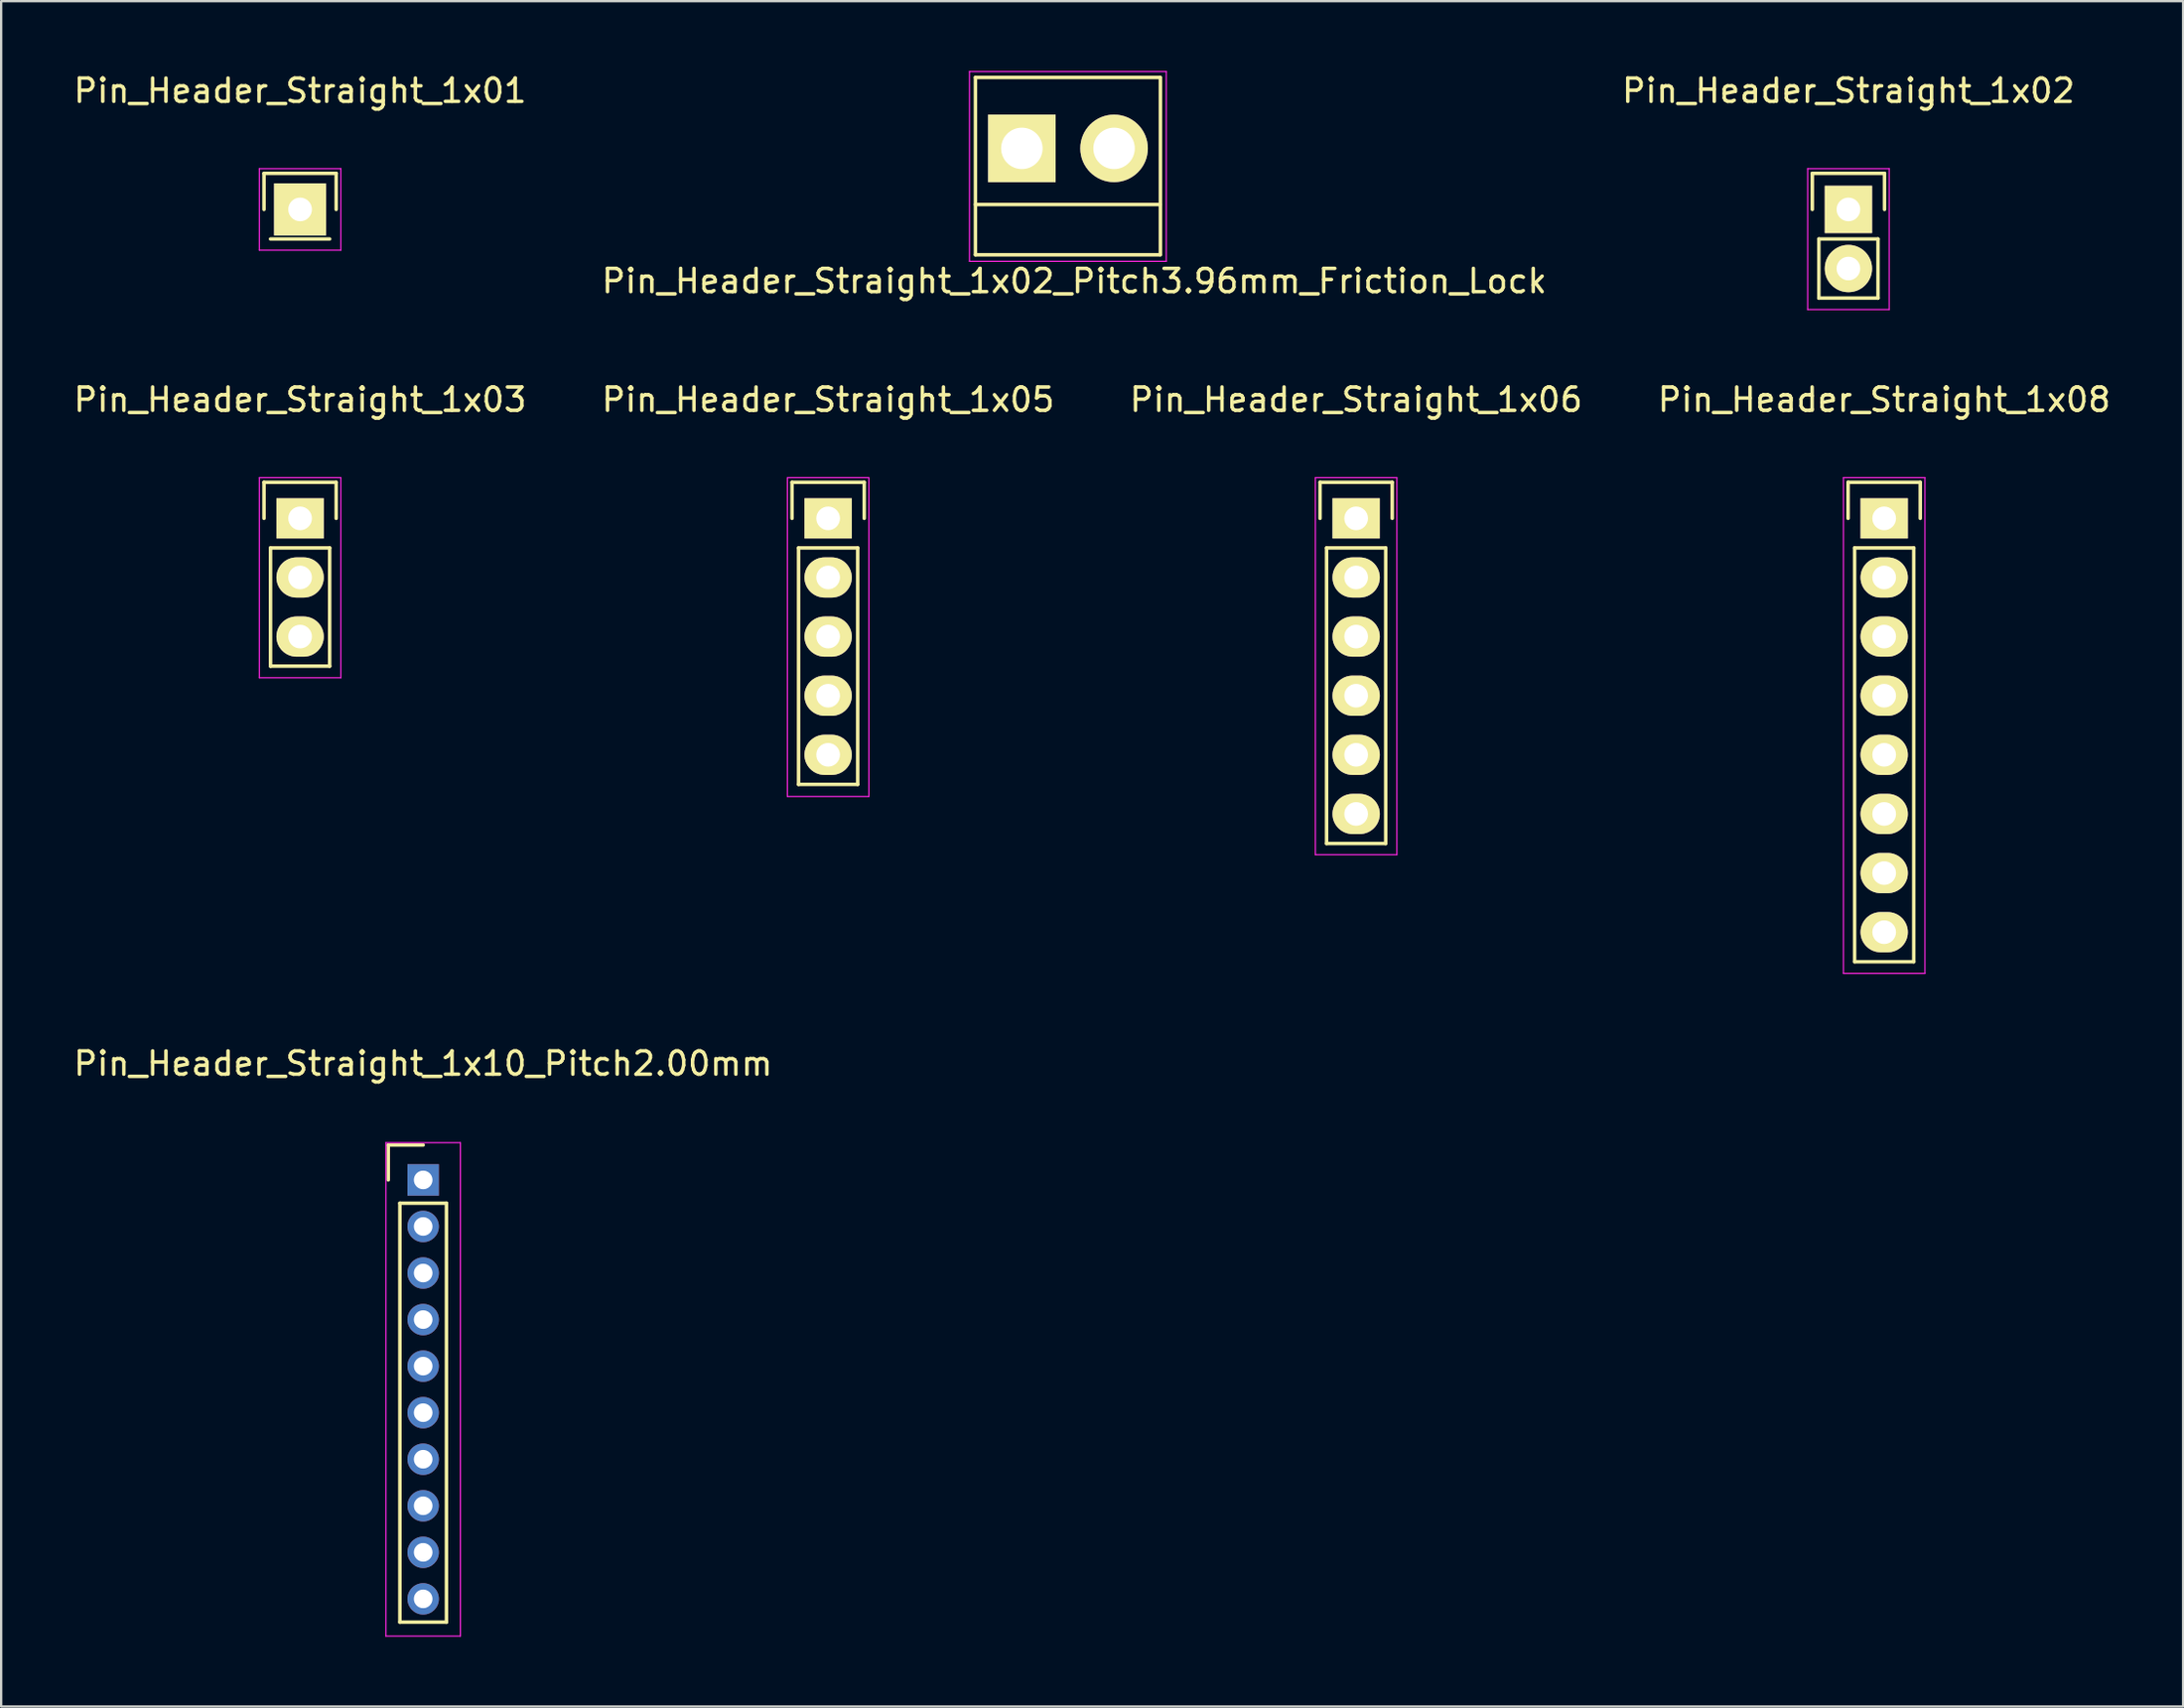
<source format=kicad_pcb>
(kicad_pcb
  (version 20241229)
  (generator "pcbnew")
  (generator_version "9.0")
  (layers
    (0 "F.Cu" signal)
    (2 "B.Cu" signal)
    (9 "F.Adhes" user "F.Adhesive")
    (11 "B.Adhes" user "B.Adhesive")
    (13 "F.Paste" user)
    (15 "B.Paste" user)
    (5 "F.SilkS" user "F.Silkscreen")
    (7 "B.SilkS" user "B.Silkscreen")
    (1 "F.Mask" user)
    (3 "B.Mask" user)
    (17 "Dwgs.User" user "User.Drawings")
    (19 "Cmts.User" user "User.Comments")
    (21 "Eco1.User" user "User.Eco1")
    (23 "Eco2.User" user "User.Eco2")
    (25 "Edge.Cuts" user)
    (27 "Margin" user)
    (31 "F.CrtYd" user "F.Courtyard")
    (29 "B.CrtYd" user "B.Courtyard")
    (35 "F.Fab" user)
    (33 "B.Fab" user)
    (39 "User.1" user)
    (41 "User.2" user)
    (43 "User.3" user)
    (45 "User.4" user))
  (footprint "Pin_Header_Straight_1x05"
    (layer "F.Cu")
    (at 32.518 19.221)
    (property "Reference" "Pin_Header_Straight_1x05" (at 0 -5.1 0) (layer "F.SilkS") (effects (font (size 1 1) (thickness 0.15))))
    (attr through_hole)
    (fp_line (start -1.55 -1.55) (end 1.55 -1.55) (stroke (width 0.15) (type solid)) (layer "F.SilkS"))
    (fp_line (start -1.55 0) (end -1.55 -1.55) (stroke (width 0.15) (type solid)) (layer "F.SilkS"))
    (fp_line (start -1.27 11.43) (end -1.27 1.27) (stroke (width 0.15) (type solid)) (layer "F.SilkS"))
    (fp_line (start 1.27 1.27) (end -1.27 1.27) (stroke (width 0.15) (type solid)) (layer "F.SilkS"))
    (fp_line (start 1.27 1.27) (end 1.27 11.43) (stroke (width 0.15) (type solid)) (layer "F.SilkS"))
    (fp_line (start 1.27 11.43) (end -1.27 11.43) (stroke (width 0.15) (type solid)) (layer "F.SilkS"))
    (fp_line (start 1.55 -1.55) (end 1.55 0) (stroke (width 0.15) (type solid)) (layer "F.SilkS"))
    (fp_line (start -1.75 -1.75) (end -1.75 11.95) (stroke (width 0.05) (type solid)) (layer "F.CrtYd"))
    (fp_line (start -1.75 -1.75) (end 1.75 -1.75) (stroke (width 0.05) (type solid)) (layer "F.CrtYd"))
    (fp_line (start -1.75 11.95) (end 1.75 11.95) (stroke (width 0.05) (type solid)) (layer "F.CrtYd"))
    (fp_line (start 1.75 -1.75) (end 1.75 11.95) (stroke (width 0.05) (type solid)) (layer "F.CrtYd"))
    (pad "1" thru_hole rect (at 0 0) (size 2.032 1.727) (drill 1.016) (layers "*.Cu" "*.Mask" "F.SilkS"))
    (pad "2" thru_hole oval (at 0 2.54) (size 2.032 1.727) (drill 1.016) (layers "*.Cu" "*.Mask" "F.SilkS"))
    (pad "3" thru_hole oval (at 0 5.08) (size 2.032 1.727) (drill 1.016) (layers "*.Cu" "*.Mask" "F.SilkS"))
    (pad "4" thru_hole oval (at 0 7.62) (size 2.032 1.727) (drill 1.016) (layers "*.Cu" "*.Mask" "F.SilkS"))
    (pad "5" thru_hole oval (at 0 10.16) (size 2.032 1.727) (drill 1.016) (layers "*.Cu" "*.Mask" "F.SilkS")))
  (footprint "Pin_Header_Straight_1x06"
    (layer "F.Cu")
    (at 55.196 19.221)
    (property "Reference" "Pin_Header_Straight_1x06" (at 0 -5.1 0) (layer "F.SilkS") (effects (font (size 1 1) (thickness 0.15))))
    (attr through_hole)
    (fp_line (start -1.55 -1.55) (end 1.55 -1.55) (stroke (width 0.15) (type solid)) (layer "F.SilkS"))
    (fp_line (start -1.55 0) (end -1.55 -1.55) (stroke (width 0.15) (type solid)) (layer "F.SilkS"))
    (fp_line (start -1.27 13.97) (end -1.27 1.27) (stroke (width 0.15) (type solid)) (layer "F.SilkS"))
    (fp_line (start 1.27 1.27) (end -1.27 1.27) (stroke (width 0.15) (type solid)) (layer "F.SilkS"))
    (fp_line (start 1.27 1.27) (end 1.27 13.97) (stroke (width 0.15) (type solid)) (layer "F.SilkS"))
    (fp_line (start 1.27 13.97) (end -1.27 13.97) (stroke (width 0.15) (type solid)) (layer "F.SilkS"))
    (fp_line (start 1.55 -1.55) (end 1.55 0) (stroke (width 0.15) (type solid)) (layer "F.SilkS"))
    (fp_line (start -1.75 -1.75) (end -1.75 14.45) (stroke (width 0.05) (type solid)) (layer "F.CrtYd"))
    (fp_line (start -1.75 -1.75) (end 1.75 -1.75) (stroke (width 0.05) (type solid)) (layer "F.CrtYd"))
    (fp_line (start -1.75 14.45) (end 1.75 14.45) (stroke (width 0.05) (type solid)) (layer "F.CrtYd"))
    (fp_line (start 1.75 -1.75) (end 1.75 14.45) (stroke (width 0.05) (type solid)) (layer "F.CrtYd"))
    (pad "1" thru_hole rect (at 0 0) (size 2.032 1.727) (drill 1.016) (layers "*.Cu" "*.Mask" "F.SilkS"))
    (pad "2" thru_hole oval (at 0 2.54) (size 2.032 1.727) (drill 1.016) (layers "*.Cu" "*.Mask" "F.SilkS"))
    (pad "3" thru_hole oval (at 0 5.08) (size 2.032 1.727) (drill 1.016) (layers "*.Cu" "*.Mask" "F.SilkS"))
    (pad "4" thru_hole oval (at 0 7.62) (size 2.032 1.727) (drill 1.016) (layers "*.Cu" "*.Mask" "F.SilkS"))
    (pad "5" thru_hole oval (at 0 10.16) (size 2.032 1.727) (drill 1.016) (layers "*.Cu" "*.Mask" "F.SilkS"))
    (pad "6" thru_hole oval (at 0 12.7) (size 2.032 1.727) (drill 1.016) (layers "*.Cu" "*.Mask" "F.SilkS")))
  (footprint "Pin_Header_Straight_1x01"
    (layer "F.Cu")
    (at 9.839 5.948)
    (property "Reference" "Pin_Header_Straight_1x01" (at 0 -5.1 0) (layer "F.SilkS") (effects (font (size 1 1) (thickness 0.15))))
    (attr through_hole)
    (fp_line (start -1.55 -1.55) (end 1.55 -1.55) (stroke (width 0.15) (type solid)) (layer "F.SilkS"))
    (fp_line (start -1.55 0) (end -1.55 -1.55) (stroke (width 0.15) (type solid)) (layer "F.SilkS"))
    (fp_line (start -1.27 1.27) (end 1.27 1.27) (stroke (width 0.15) (type solid)) (layer "F.SilkS"))
    (fp_line (start 1.55 -1.55) (end 1.55 0) (stroke (width 0.15) (type solid)) (layer "F.SilkS"))
    (fp_line (start -1.75 -1.75) (end -1.75 1.75) (stroke (width 0.05) (type solid)) (layer "F.CrtYd"))
    (fp_line (start -1.75 -1.75) (end 1.75 -1.75) (stroke (width 0.05) (type solid)) (layer "F.CrtYd"))
    (fp_line (start -1.75 1.75) (end 1.75 1.75) (stroke (width 0.05) (type solid)) (layer "F.CrtYd"))
    (fp_line (start 1.75 -1.75) (end 1.75 1.75) (stroke (width 0.05) (type solid)) (layer "F.CrtYd"))
    (pad "1" thru_hole rect (at 0 0) (size 2.235 2.235) (drill 1.016) (layers "*.Cu" "*.Mask" "F.SilkS")))
  (footprint "Pin_Header_Straight_1x08"
    (layer "F.Cu")
    (at 77.875 19.221)
    (property "Reference" "Pin_Header_Straight_1x08" (at 0 -5.1 0) (layer "F.SilkS") (effects (font (size 1 1) (thickness 0.15))))
    (attr through_hole)
    (fp_line (start -1.55 -1.55) (end 1.55 -1.55) (stroke (width 0.15) (type solid)) (layer "F.SilkS"))
    (fp_line (start -1.55 0) (end -1.55 -1.55) (stroke (width 0.15) (type solid)) (layer "F.SilkS"))
    (fp_line (start -1.27 19.05) (end -1.27 1.27) (stroke (width 0.15) (type solid)) (layer "F.SilkS"))
    (fp_line (start 1.27 1.27) (end -1.27 1.27) (stroke (width 0.15) (type solid)) (layer "F.SilkS"))
    (fp_line (start 1.27 1.27) (end 1.27 19.05) (stroke (width 0.15) (type solid)) (layer "F.SilkS"))
    (fp_line (start 1.27 19.05) (end -1.27 19.05) (stroke (width 0.15) (type solid)) (layer "F.SilkS"))
    (fp_line (start 1.55 -1.55) (end 1.55 0) (stroke (width 0.15) (type solid)) (layer "F.SilkS"))
    (fp_line (start -1.75 -1.75) (end -1.75 19.55) (stroke (width 0.05) (type solid)) (layer "F.CrtYd"))
    (fp_line (start -1.75 -1.75) (end 1.75 -1.75) (stroke (width 0.05) (type solid)) (layer "F.CrtYd"))
    (fp_line (start -1.75 19.55) (end 1.75 19.55) (stroke (width 0.05) (type solid)) (layer "F.CrtYd"))
    (fp_line (start 1.75 -1.75) (end 1.75 19.55) (stroke (width 0.05) (type solid)) (layer "F.CrtYd"))
    (pad "1" thru_hole rect (at 0 0) (size 2.032 1.727) (drill 1.016) (layers "*.Cu" "*.Mask" "F.SilkS"))
    (pad "2" thru_hole oval (at 0 2.54) (size 2.032 1.727) (drill 1.016) (layers "*.Cu" "*.Mask" "F.SilkS"))
    (pad "3" thru_hole oval (at 0 5.08) (size 2.032 1.727) (drill 1.016) (layers "*.Cu" "*.Mask" "F.SilkS"))
    (pad "4" thru_hole oval (at 0 7.62) (size 2.032 1.727) (drill 1.016) (layers "*.Cu" "*.Mask" "F.SilkS"))
    (pad "5" thru_hole oval (at 0 10.16) (size 2.032 1.727) (drill 1.016) (layers "*.Cu" "*.Mask" "F.SilkS"))
    (pad "6" thru_hole oval (at 0 12.7) (size 2.032 1.727) (drill 1.016) (layers "*.Cu" "*.Mask" "F.SilkS"))
    (pad "7" thru_hole oval (at 0 15.24) (size 2.032 1.727) (drill 1.016) (layers "*.Cu" "*.Mask" "F.SilkS"))
    (pad "8" thru_hole oval (at 0 17.78) (size 2.032 1.727) (drill 1.016) (layers "*.Cu" "*.Mask" "F.SilkS")))
  (footprint "Pin_Header_Straight_1x02_Pitch3.96mm_Friction_Lock"
    (layer "F.Cu")
    (at 40.839 3.325)
    (property "Reference" "Pin_Header_Straight_1x02_Pitch3.96mm_Friction_Lock" (at 2.25 5.7 0) (layer "F.SilkS") (effects (font (size 1 1) (thickness 0.15))))
    (attr through_hole)
    (fp_line (start -1.994 -3.048) (end -1.994 4.572) (stroke (width 0.15) (type solid)) (layer "F.SilkS"))
    (fp_line (start -1.994 -3.048) (end 5.931 -3.048) (stroke (width 0.15) (type solid)) (layer "F.SilkS"))
    (fp_line (start -1.994 2.413) (end 5.931 2.413) (stroke (width 0.15) (type solid)) (layer "F.SilkS"))
    (fp_line (start -1.994 4.572) (end 5.931 4.572) (stroke (width 0.15) (type solid)) (layer "F.SilkS"))
    (fp_line (start 5.95 -3.048) (end 5.95 4.572) (stroke (width 0.15) (type solid)) (layer "F.SilkS"))
    (fp_line (start -2.25 -3.3) (end 6.2 -3.3) (stroke (width 0.05) (type solid)) (layer "F.CrtYd"))
    (fp_line (start -2.25 4.85) (end -2.25 -3.3) (stroke (width 0.05) (type solid)) (layer "F.CrtYd"))
    (fp_line (start 6.2 -3.3) (end 6.2 4.85) (stroke (width 0.05) (type solid)) (layer "F.CrtYd"))
    (fp_line (start 6.2 4.85) (end -2.25 4.85) (stroke (width 0.05) (type solid)) (layer "F.CrtYd"))
    (pad "1" thru_hole rect (at 0 0) (size 2.9 2.9) (drill 1.78) (layers "*.Cu" "*.Mask" "F.SilkS"))
    (pad "2" thru_hole circle (at 3.96 0) (size 2.9 2.9) (drill 1.78) (layers "*.Cu" "*.Mask" "F.SilkS")))
  (footprint "Pin_Header_Straight_1x03"
    (layer "F.Cu")
    (at 9.839 19.221)
    (property "Reference" "Pin_Header_Straight_1x03" (at 0 -5.1 0) (layer "F.SilkS") (effects (font (size 1 1) (thickness 0.15))))
    (attr through_hole)
    (fp_line (start -1.55 -1.55) (end 1.55 -1.55) (stroke (width 0.15) (type solid)) (layer "F.SilkS"))
    (fp_line (start -1.55 0) (end -1.55 -1.55) (stroke (width 0.15) (type solid)) (layer "F.SilkS"))
    (fp_line (start -1.27 1.27) (end -1.27 6.35) (stroke (width 0.15) (type solid)) (layer "F.SilkS"))
    (fp_line (start -1.27 6.35) (end 1.27 6.35) (stroke (width 0.15) (type solid)) (layer "F.SilkS"))
    (fp_line (start 1.27 1.27) (end -1.27 1.27) (stroke (width 0.15) (type solid)) (layer "F.SilkS"))
    (fp_line (start 1.27 6.35) (end 1.27 1.27) (stroke (width 0.15) (type solid)) (layer "F.SilkS"))
    (fp_line (start 1.55 -1.55) (end 1.55 0) (stroke (width 0.15) (type solid)) (layer "F.SilkS"))
    (fp_line (start -1.75 -1.75) (end -1.75 6.85) (stroke (width 0.05) (type solid)) (layer "F.CrtYd"))
    (fp_line (start -1.75 -1.75) (end 1.75 -1.75) (stroke (width 0.05) (type solid)) (layer "F.CrtYd"))
    (fp_line (start -1.75 6.85) (end 1.75 6.85) (stroke (width 0.05) (type solid)) (layer "F.CrtYd"))
    (fp_line (start 1.75 -1.75) (end 1.75 6.85) (stroke (width 0.05) (type solid)) (layer "F.CrtYd"))
    (pad "1" thru_hole rect (at 0 0) (size 2.032 1.727) (drill 1.016) (layers "*.Cu" "*.Mask" "F.SilkS"))
    (pad "2" thru_hole oval (at 0 2.54) (size 2.032 1.727) (drill 1.016) (layers "*.Cu" "*.Mask" "F.SilkS"))
    (pad "3" thru_hole oval (at 0 5.08) (size 2.032 1.727) (drill 1.016) (layers "*.Cu" "*.Mask" "F.SilkS")))
  (footprint "Pin_Header_Straight_1x02"
    (layer "F.Cu")
    (at 76.339 5.948)
    (property "Reference" "Pin_Header_Straight_1x02" (at 0 -5.1 0) (layer "F.SilkS") (effects (font (size 1 1) (thickness 0.15))))
    (attr through_hole)
    (fp_line (start -1.55 -1.55) (end 1.55 -1.55) (stroke (width 0.15) (type solid)) (layer "F.SilkS"))
    (fp_line (start -1.55 0) (end -1.55 -1.55) (stroke (width 0.15) (type solid)) (layer "F.SilkS"))
    (fp_line (start -1.27 1.27) (end -1.27 3.81) (stroke (width 0.15) (type solid)) (layer "F.SilkS"))
    (fp_line (start -1.27 3.81) (end 1.27 3.81) (stroke (width 0.15) (type solid)) (layer "F.SilkS"))
    (fp_line (start 1.27 1.27) (end -1.27 1.27) (stroke (width 0.15) (type solid)) (layer "F.SilkS"))
    (fp_line (start 1.27 1.27) (end 1.27 3.81) (stroke (width 0.15) (type solid)) (layer "F.SilkS"))
    (fp_line (start 1.55 -1.55) (end 1.55 0) (stroke (width 0.15) (type solid)) (layer "F.SilkS"))
    (fp_line (start -1.75 -1.75) (end -1.75 4.3) (stroke (width 0.05) (type solid)) (layer "F.CrtYd"))
    (fp_line (start -1.75 -1.75) (end 1.75 -1.75) (stroke (width 0.05) (type solid)) (layer "F.CrtYd"))
    (fp_line (start -1.75 4.3) (end 1.75 4.3) (stroke (width 0.05) (type solid)) (layer "F.CrtYd"))
    (fp_line (start 1.75 -1.75) (end 1.75 4.3) (stroke (width 0.05) (type solid)) (layer "F.CrtYd"))
    (pad "1" thru_hole rect (at 0 0) (size 2.032 2.032) (drill 1.016) (layers "*.Cu" "*.Mask" "F.SilkS"))
    (pad "2" thru_hole oval (at 0 2.54) (size 2.032 2.032) (drill 1.016) (layers "*.Cu" "*.Mask" "F.SilkS")))
  (footprint "Pin_Header_Straight_1x10_Pitch2.00mm"
    (layer "F.Cu")
    (at 15.125 47.645)
    (property "Reference" "Pin_Header_Straight_1x10_Pitch2.00mm" (at 0 -5 0) (layer "F.SilkS") (effects (font (size 1 1) (thickness 0.15))))
    (attr through_hole)
    (fp_line (start -1.5 -1.5) (end 0 -1.5) (stroke (width 0.15) (type solid)) (layer "F.SilkS"))
    (fp_line (start -1.5 0) (end -1.5 -1.5) (stroke (width 0.15) (type solid)) (layer "F.SilkS"))
    (fp_line (start -1 1) (end 1 1) (stroke (width 0.15) (type solid)) (layer "F.SilkS"))
    (fp_line (start -1 19) (end -1 1) (stroke (width 0.15) (type solid)) (layer "F.SilkS"))
    (fp_line (start 1 1) (end 1 19) (stroke (width 0.15) (type solid)) (layer "F.SilkS"))
    (fp_line (start 1 19) (end -1 19) (stroke (width 0.15) (type solid)) (layer "F.SilkS"))
    (fp_line (start -1.6 -1.6) (end 1.6 -1.6) (stroke (width 0.05) (type solid)) (layer "F.CrtYd"))
    (fp_line (start -1.6 19.6) (end -1.6 -1.6) (stroke (width 0.05) (type solid)) (layer "F.CrtYd"))
    (fp_line (start 1.6 -1.6) (end 1.6 19.6) (stroke (width 0.05) (type solid)) (layer "F.CrtYd"))
    (fp_line (start 1.6 19.6) (end -1.6 19.6) (stroke (width 0.05) (type solid)) (layer "F.CrtYd"))
    (pad "1" thru_hole rect (at 0 0) (size 1.35 1.35) (drill 0.8) (layers "*.Cu" "*.Mask"))
    (pad "2" thru_hole circle (at 0 2) (size 1.35 1.35) (drill 0.8) (layers "*.Cu" "*.Mask"))
    (pad "3" thru_hole circle (at 0 4) (size 1.35 1.35) (drill 0.8) (layers "*.Cu" "*.Mask"))
    (pad "4" thru_hole circle (at 0 6) (size 1.35 1.35) (drill 0.8) (layers "*.Cu" "*.Mask"))
    (pad "5" thru_hole circle (at 0 8) (size 1.35 1.35) (drill 0.8) (layers "*.Cu" "*.Mask"))
    (pad "6" thru_hole circle (at 0 10) (size 1.35 1.35) (drill 0.8) (layers "*.Cu" "*.Mask"))
    (pad "7" thru_hole circle (at 0 12) (size 1.35 1.35) (drill 0.8) (layers "*.Cu" "*.Mask"))
    (pad "8" thru_hole circle (at 0 14) (size 1.35 1.35) (drill 0.8) (layers "*.Cu" "*.Mask"))
    (pad "9" thru_hole circle (at 0 16) (size 1.35 1.35) (drill 0.8) (layers "*.Cu" "*.Mask"))
    (pad "10" thru_hole circle (at 0 18) (size 1.35 1.35) (drill 0.8) (layers "*.Cu" "*.Mask")))
  (gr_rect
    (start -3 -3)
    (end 90.714 70.27)
    (stroke (width 0.1) (type default))
    (fill no)
    (layer "Edge.Cuts")))
</source>
